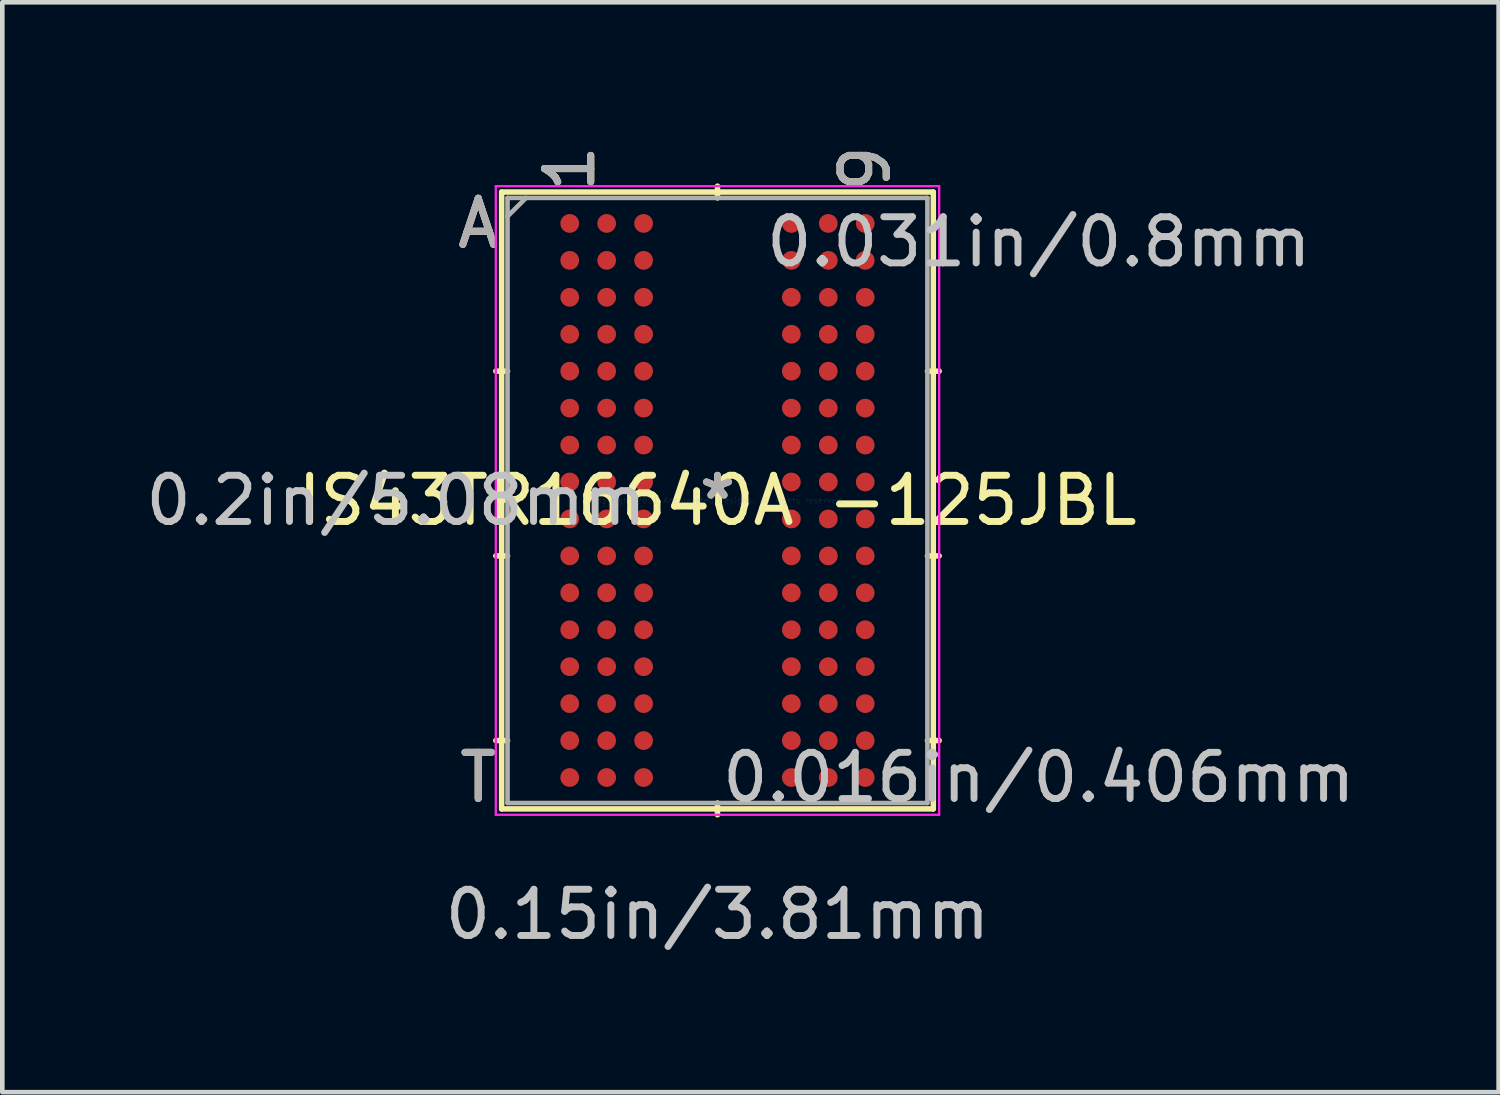
<source format=kicad_pcb>
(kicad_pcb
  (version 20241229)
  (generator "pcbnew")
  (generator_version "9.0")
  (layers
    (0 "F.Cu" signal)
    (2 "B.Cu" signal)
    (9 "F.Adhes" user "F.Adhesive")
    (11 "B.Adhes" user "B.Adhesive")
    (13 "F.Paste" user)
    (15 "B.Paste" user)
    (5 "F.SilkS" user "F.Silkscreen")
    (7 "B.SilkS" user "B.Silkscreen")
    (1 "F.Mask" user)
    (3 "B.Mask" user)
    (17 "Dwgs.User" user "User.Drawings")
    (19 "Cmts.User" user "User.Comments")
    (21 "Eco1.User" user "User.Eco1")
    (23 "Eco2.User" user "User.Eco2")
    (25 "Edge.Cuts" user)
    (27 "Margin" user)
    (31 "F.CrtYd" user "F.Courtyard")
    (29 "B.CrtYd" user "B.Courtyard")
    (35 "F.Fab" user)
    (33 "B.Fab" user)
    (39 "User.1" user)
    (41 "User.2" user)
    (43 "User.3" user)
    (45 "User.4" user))
  (footprint "IS43TR16640A -125JBL"
    (layer "F.Cu")
    (at 12.489 7.789)
    (property "Reference" "IS43TR16640A -125JBL" (at 0 0 0) (layer "F.SilkS") (effects (font (size 1 1) (thickness 0.15))))
    (attr through_hole)
    (fp_line (start -4.674 -6.68) (end -4.674 6.68) (stroke (width 0.12) (type solid)) (layer "F.SilkS"))
    (fp_line (start -4.674 6.68) (end 4.674 6.68) (stroke (width 0.12) (type solid)) (layer "F.SilkS"))
    (fp_line (start -4.547 -2.8) (end -4.801 -2.8) (stroke (width 0.12) (type solid)) (layer "F.SilkS"))
    (fp_line (start -4.547 1.2) (end -4.801 1.2) (stroke (width 0.12) (type solid)) (layer "F.SilkS"))
    (fp_line (start -4.547 5.2) (end -4.801 5.2) (stroke (width 0.12) (type solid)) (layer "F.SilkS"))
    (fp_line (start 0 -6.553) (end 0 -6.807) (stroke (width 0.12) (type solid)) (layer "F.SilkS"))
    (fp_line (start 0 6.553) (end 0 6.807) (stroke (width 0.12) (type solid)) (layer "F.SilkS"))
    (fp_line (start 4.547 -2.8) (end 4.801 -2.8) (stroke (width 0.12) (type solid)) (layer "F.SilkS"))
    (fp_line (start 4.547 1.2) (end 4.801 1.2) (stroke (width 0.12) (type solid)) (layer "F.SilkS"))
    (fp_line (start 4.547 5.2) (end 4.801 5.2) (stroke (width 0.12) (type solid)) (layer "F.SilkS"))
    (fp_line (start 4.674 -6.68) (end -4.674 -6.68) (stroke (width 0.12) (type solid)) (layer "F.SilkS"))
    (fp_line (start 4.674 6.68) (end 4.674 -6.68) (stroke (width 0.12) (type solid)) (layer "F.SilkS"))
    (fp_line (start -4.801 -6.807) (end 4.801 -6.807) (stroke (width 0.05) (type solid)) (layer "F.CrtYd"))
    (fp_line (start -4.801 6.807) (end -4.801 -6.807) (stroke (width 0.05) (type solid)) (layer "F.CrtYd"))
    (fp_line (start 4.801 -6.807) (end 4.801 6.807) (stroke (width 0.05) (type solid)) (layer "F.CrtYd"))
    (fp_line (start 4.801 6.807) (end -4.801 6.807) (stroke (width 0.05) (type solid)) (layer "F.CrtYd"))
    (fp_line (start -4.547 -6.553) (end -4.547 6.553) (stroke (width 0.1) (type solid)) (layer "F.Fab"))
    (fp_line (start -4.547 6.553) (end 4.547 6.553) (stroke (width 0.1) (type solid)) (layer "F.Fab"))
    (fp_line (start -4.147 -6.553) (end -4.547 -6.153) (stroke (width 0.1) (type solid)) (layer "F.Fab"))
    (fp_line (start 4.547 -6.553) (end -4.547 -6.553) (stroke (width 0.1) (type solid)) (layer "F.Fab"))
    (fp_line (start 4.547 6.553) (end 4.547 -6.553) (stroke (width 0.1) (type solid)) (layer "F.Fab"))
    (fp_text user "*" (at 0 0 0) (layer "F.SilkS") (effects (font (size 1 1) (thickness 0.15))))
    (fp_text user "1" (at -3.2 -7.188 90) (layer "F.SilkS") (effects (font (size 1 1) (thickness 0.15))))
    (fp_text user "T" (at -5.182 6 0) (layer "F.SilkS") (effects (font (size 1 1) (thickness 0.15))))
    (fp_text user "9" (at 3.2 -7.188 90) (layer "F.SilkS") (effects (font (size 1 1) (thickness 0.15))))
    (fp_text user "A" (at -5.182 -6 0) (layer "F.SilkS") (effects (font (size 1 1) (thickness 0.15))))
    (fp_text user "9" (at 3.2 -7.188 90) (layer "B.SilkS") (effects (font (size 1 1) (thickness 0.15))))
    (fp_text user "T" (at -5.182 6 0) (layer "B.SilkS") (effects (font (size 1 1) (thickness 0.15))))
    (fp_text user "1" (at -3.2 -7.188 90) (layer "B.SilkS") (effects (font (size 1 1) (thickness 0.15))))
    (fp_text user "A" (at -5.182 -6 0) (layer "B.SilkS") (effects (font (size 1 1) (thickness 0.15))))
    (fp_text user "0.2in/5.08mm" (at -6.96 0 0) (layer "Dwgs.User") (effects (font (size 1 1) (thickness 0.15))))
    (fp_text user "0.15in/3.81mm" (at 0 8.966 0) (layer "Dwgs.User") (effects (font (size 1 1) (thickness 0.15))))
    (fp_text user "0.016in/0.406mm" (at 6.96 6 0) (layer "Dwgs.User") (effects (font (size 1 1) (thickness 0.15))))
    (fp_text user "0.031in/0.8mm" (at 6.96 -5.6 0) (layer "Dwgs.User") (effects (font (size 1 1) (thickness 0.15))))
    (fp_text user "Copyright 2021 Accelerated Designs. All rights reserved." (at 0 0 0) (layer "Cmts.User") (effects (font (size 0.127 0.127) (thickness 0.002))))
    (fp_text user "A" (at -5.182 -6 0) (layer "F.Fab") (effects (font (size 1 1) (thickness 0.15))))
    (fp_text user "*" (at 0 0 0) (layer "F.Fab") (effects (font (size 1 1) (thickness 0.15))))
    (fp_text user "T" (at -5.182 6 0) (layer "F.Fab") (effects (font (size 1 1) (thickness 0.15))))
    (fp_text user "9" (at 3.2 -7.188 90) (layer "F.Fab") (effects (font (size 1 1) (thickness 0.15))))
    (fp_text user "1" (at -3.2 -7.188 90) (layer "F.Fab") (effects (font (size 1 1) (thickness 0.15))))
    (pad "A1" smd circle (at -3.2 -6) (size 0.406 0.406) (layers "F.Cu" "F.Mask" "F.Paste"))
    (pad "A2" smd circle (at -2.4 -6) (size 0.406 0.406) (layers "F.Cu" "F.Mask" "F.Paste"))
    (pad "A3" smd circle (at -1.6 -6) (size 0.406 0.406) (layers "F.Cu" "F.Mask" "F.Paste"))
    (pad "A7" smd circle (at 1.6 -6) (size 0.406 0.406) (layers "F.Cu" "F.Mask" "F.Paste"))
    (pad "A8" smd circle (at 2.4 -6) (size 0.406 0.406) (layers "F.Cu" "F.Mask" "F.Paste"))
    (pad "A9" smd circle (at 3.2 -6) (size 0.406 0.406) (layers "F.Cu" "F.Mask" "F.Paste"))
    (pad "B1" smd circle (at -3.2 -5.2) (size 0.406 0.406) (layers "F.Cu" "F.Mask" "F.Paste"))
    (pad "B2" smd circle (at -2.4 -5.2) (size 0.406 0.406) (layers "F.Cu" "F.Mask" "F.Paste"))
    (pad "B3" smd circle (at -1.6 -5.2) (size 0.406 0.406) (layers "F.Cu" "F.Mask" "F.Paste"))
    (pad "B7" smd circle (at 1.6 -5.2) (size 0.406 0.406) (layers "F.Cu" "F.Mask" "F.Paste"))
    (pad "B8" smd circle (at 2.4 -5.2) (size 0.406 0.406) (layers "F.Cu" "F.Mask" "F.Paste"))
    (pad "B9" smd circle (at 3.2 -5.2) (size 0.406 0.406) (layers "F.Cu" "F.Mask" "F.Paste"))
    (pad "C1" smd circle (at -3.2 -4.4) (size 0.406 0.406) (layers "F.Cu" "F.Mask" "F.Paste"))
    (pad "C2" smd circle (at -2.4 -4.4) (size 0.406 0.406) (layers "F.Cu" "F.Mask" "F.Paste"))
    (pad "C3" smd circle (at -1.6 -4.4) (size 0.406 0.406) (layers "F.Cu" "F.Mask" "F.Paste"))
    (pad "C7" smd circle (at 1.6 -4.4) (size 0.406 0.406) (layers "F.Cu" "F.Mask" "F.Paste"))
    (pad "C8" smd circle (at 2.4 -4.4) (size 0.406 0.406) (layers "F.Cu" "F.Mask" "F.Paste"))
    (pad "C9" smd circle (at 3.2 -4.4) (size 0.406 0.406) (layers "F.Cu" "F.Mask" "F.Paste"))
    (pad "D1" smd circle (at -3.2 -3.6) (size 0.406 0.406) (layers "F.Cu" "F.Mask" "F.Paste"))
    (pad "D2" smd circle (at -2.4 -3.6) (size 0.406 0.406) (layers "F.Cu" "F.Mask" "F.Paste"))
    (pad "D3" smd circle (at -1.6 -3.6) (size 0.406 0.406) (layers "F.Cu" "F.Mask" "F.Paste"))
    (pad "D7" smd circle (at 1.6 -3.6) (size 0.406 0.406) (layers "F.Cu" "F.Mask" "F.Paste"))
    (pad "D8" smd circle (at 2.4 -3.6) (size 0.406 0.406) (layers "F.Cu" "F.Mask" "F.Paste"))
    (pad "D9" smd circle (at 3.2 -3.6) (size 0.406 0.406) (layers "F.Cu" "F.Mask" "F.Paste"))
    (pad "E1" smd circle (at -3.2 -2.8) (size 0.406 0.406) (layers "F.Cu" "F.Mask" "F.Paste"))
    (pad "E2" smd circle (at -2.4 -2.8) (size 0.406 0.406) (layers "F.Cu" "F.Mask" "F.Paste"))
    (pad "E3" smd circle (at -1.6 -2.8) (size 0.406 0.406) (layers "F.Cu" "F.Mask" "F.Paste"))
    (pad "E7" smd circle (at 1.6 -2.8) (size 0.406 0.406) (layers "F.Cu" "F.Mask" "F.Paste"))
    (pad "E8" smd circle (at 2.4 -2.8) (size 0.406 0.406) (layers "F.Cu" "F.Mask" "F.Paste"))
    (pad "E9" smd circle (at 3.2 -2.8) (size 0.406 0.406) (layers "F.Cu" "F.Mask" "F.Paste"))
    (pad "F1" smd circle (at -3.2 -2) (size 0.406 0.406) (layers "F.Cu" "F.Mask" "F.Paste"))
    (pad "F2" smd circle (at -2.4 -2) (size 0.406 0.406) (layers "F.Cu" "F.Mask" "F.Paste"))
    (pad "F3" smd circle (at -1.6 -2) (size 0.406 0.406) (layers "F.Cu" "F.Mask" "F.Paste"))
    (pad "F7" smd circle (at 1.6 -2) (size 0.406 0.406) (layers "F.Cu" "F.Mask" "F.Paste"))
    (pad "F8" smd circle (at 2.4 -2) (size 0.406 0.406) (layers "F.Cu" "F.Mask" "F.Paste"))
    (pad "F9" smd circle (at 3.2 -2) (size 0.406 0.406) (layers "F.Cu" "F.Mask" "F.Paste"))
    (pad "G1" smd circle (at -3.2 -1.2) (size 0.406 0.406) (layers "F.Cu" "F.Mask" "F.Paste"))
    (pad "G2" smd circle (at -2.4 -1.2) (size 0.406 0.406) (layers "F.Cu" "F.Mask" "F.Paste"))
    (pad "G3" smd circle (at -1.6 -1.2) (size 0.406 0.406) (layers "F.Cu" "F.Mask" "F.Paste"))
    (pad "G7" smd circle (at 1.6 -1.2) (size 0.406 0.406) (layers "F.Cu" "F.Mask" "F.Paste"))
    (pad "G8" smd circle (at 2.4 -1.2) (size 0.406 0.406) (layers "F.Cu" "F.Mask" "F.Paste"))
    (pad "G9" smd circle (at 3.2 -1.2) (size 0.406 0.406) (layers "F.Cu" "F.Mask" "F.Paste"))
    (pad "H1" smd circle (at -3.2 -0.4) (size 0.406 0.406) (layers "F.Cu" "F.Mask" "F.Paste"))
    (pad "H2" smd circle (at -2.4 -0.4) (size 0.406 0.406) (layers "F.Cu" "F.Mask" "F.Paste"))
    (pad "H3" smd circle (at -1.6 -0.4) (size 0.406 0.406) (layers "F.Cu" "F.Mask" "F.Paste"))
    (pad "H7" smd circle (at 1.6 -0.4) (size 0.406 0.406) (layers "F.Cu" "F.Mask" "F.Paste"))
    (pad "H8" smd circle (at 2.4 -0.4) (size 0.406 0.406) (layers "F.Cu" "F.Mask" "F.Paste"))
    (pad "H9" smd circle (at 3.2 -0.4) (size 0.406 0.406) (layers "F.Cu" "F.Mask" "F.Paste"))
    (pad "J1" smd circle (at -3.2 0.4) (size 0.406 0.406) (layers "F.Cu" "F.Mask" "F.Paste"))
    (pad "J2" smd circle (at -2.4 0.4) (size 0.406 0.406) (layers "F.Cu" "F.Mask" "F.Paste"))
    (pad "J3" smd circle (at -1.6 0.4) (size 0.406 0.406) (layers "F.Cu" "F.Mask" "F.Paste"))
    (pad "J7" smd circle (at 1.6 0.4) (size 0.406 0.406) (layers "F.Cu" "F.Mask" "F.Paste"))
    (pad "J8" smd circle (at 2.4 0.4) (size 0.406 0.406) (layers "F.Cu" "F.Mask" "F.Paste"))
    (pad "J9" smd circle (at 3.2 0.4) (size 0.406 0.406) (layers "F.Cu" "F.Mask" "F.Paste"))
    (pad "K1" smd circle (at -3.2 1.2) (size 0.406 0.406) (layers "F.Cu" "F.Mask" "F.Paste"))
    (pad "K2" smd circle (at -2.4 1.2) (size 0.406 0.406) (layers "F.Cu" "F.Mask" "F.Paste"))
    (pad "K3" smd circle (at -1.6 1.2) (size 0.406 0.406) (layers "F.Cu" "F.Mask" "F.Paste"))
    (pad "K7" smd circle (at 1.6 1.2) (size 0.406 0.406) (layers "F.Cu" "F.Mask" "F.Paste"))
    (pad "K8" smd circle (at 2.4 1.2) (size 0.406 0.406) (layers "F.Cu" "F.Mask" "F.Paste"))
    (pad "K9" smd circle (at 3.2 1.2) (size 0.406 0.406) (layers "F.Cu" "F.Mask" "F.Paste"))
    (pad "L1" smd circle (at -3.2 2) (size 0.406 0.406) (layers "F.Cu" "F.Mask" "F.Paste"))
    (pad "L2" smd circle (at -2.4 2) (size 0.406 0.406) (layers "F.Cu" "F.Mask" "F.Paste"))
    (pad "L3" smd circle (at -1.6 2) (size 0.406 0.406) (layers "F.Cu" "F.Mask" "F.Paste"))
    (pad "L7" smd circle (at 1.6 2) (size 0.406 0.406) (layers "F.Cu" "F.Mask" "F.Paste"))
    (pad "L8" smd circle (at 2.4 2) (size 0.406 0.406) (layers "F.Cu" "F.Mask" "F.Paste"))
    (pad "L9" smd circle (at 3.2 2) (size 0.406 0.406) (layers "F.Cu" "F.Mask" "F.Paste"))
    (pad "M1" smd circle (at -3.2 2.8) (size 0.406 0.406) (layers "F.Cu" "F.Mask" "F.Paste"))
    (pad "M2" smd circle (at -2.4 2.8) (size 0.406 0.406) (layers "F.Cu" "F.Mask" "F.Paste"))
    (pad "M3" smd circle (at -1.6 2.8) (size 0.406 0.406) (layers "F.Cu" "F.Mask" "F.Paste"))
    (pad "M7" smd circle (at 1.6 2.8) (size 0.406 0.406) (layers "F.Cu" "F.Mask" "F.Paste"))
    (pad "M8" smd circle (at 2.4 2.8) (size 0.406 0.406) (layers "F.Cu" "F.Mask" "F.Paste"))
    (pad "M9" smd circle (at 3.2 2.8) (size 0.406 0.406) (layers "F.Cu" "F.Mask" "F.Paste"))
    (pad "N1" smd circle (at -3.2 3.6) (size 0.406 0.406) (layers "F.Cu" "F.Mask" "F.Paste"))
    (pad "N2" smd circle (at -2.4 3.6) (size 0.406 0.406) (layers "F.Cu" "F.Mask" "F.Paste"))
    (pad "N3" smd circle (at -1.6 3.6) (size 0.406 0.406) (layers "F.Cu" "F.Mask" "F.Paste"))
    (pad "N7" smd circle (at 1.6 3.6) (size 0.406 0.406) (layers "F.Cu" "F.Mask" "F.Paste"))
    (pad "N8" smd circle (at 2.4 3.6) (size 0.406 0.406) (layers "F.Cu" "F.Mask" "F.Paste"))
    (pad "N9" smd circle (at 3.2 3.6) (size 0.406 0.406) (layers "F.Cu" "F.Mask" "F.Paste"))
    (pad "P1" smd circle (at -3.2 4.4) (size 0.406 0.406) (layers "F.Cu" "F.Mask" "F.Paste"))
    (pad "P2" smd circle (at -2.4 4.4) (size 0.406 0.406) (layers "F.Cu" "F.Mask" "F.Paste"))
    (pad "P3" smd circle (at -1.6 4.4) (size 0.406 0.406) (layers "F.Cu" "F.Mask" "F.Paste"))
    (pad "P7" smd circle (at 1.6 4.4) (size 0.406 0.406) (layers "F.Cu" "F.Mask" "F.Paste"))
    (pad "P8" smd circle (at 2.4 4.4) (size 0.406 0.406) (layers "F.Cu" "F.Mask" "F.Paste"))
    (pad "P9" smd circle (at 3.2 4.4) (size 0.406 0.406) (layers "F.Cu" "F.Mask" "F.Paste"))
    (pad "R1" smd circle (at -3.2 5.2) (size 0.406 0.406) (layers "F.Cu" "F.Mask" "F.Paste"))
    (pad "R2" smd circle (at -2.4 5.2) (size 0.406 0.406) (layers "F.Cu" "F.Mask" "F.Paste"))
    (pad "R3" smd circle (at -1.6 5.2) (size 0.406 0.406) (layers "F.Cu" "F.Mask" "F.Paste"))
    (pad "R7" smd circle (at 1.6 5.2) (size 0.406 0.406) (layers "F.Cu" "F.Mask" "F.Paste"))
    (pad "R8" smd circle (at 2.4 5.2) (size 0.406 0.406) (layers "F.Cu" "F.Mask" "F.Paste"))
    (pad "R9" smd circle (at 3.2 5.2) (size 0.406 0.406) (layers "F.Cu" "F.Mask" "F.Paste"))
    (pad "T1" smd circle (at -3.2 6) (size 0.406 0.406) (layers "F.Cu" "F.Mask" "F.Paste"))
    (pad "T2" smd circle (at -2.4 6) (size 0.406 0.406) (layers "F.Cu" "F.Mask" "F.Paste"))
    (pad "T3" smd circle (at -1.6 6) (size 0.406 0.406) (layers "F.Cu" "F.Mask" "F.Paste"))
    (pad "T7" smd circle (at 1.6 6) (size 0.406 0.406) (layers "F.Cu" "F.Mask" "F.Paste"))
    (pad "T8" smd circle (at 2.4 6) (size 0.406 0.406) (layers "F.Cu" "F.Mask" "F.Paste"))
    (pad "T9" smd circle (at 3.2 6) (size 0.406 0.406) (layers "F.Cu" "F.Mask" "F.Paste")))
  (gr_rect
    (start -3 -3)
    (end 29.407 20.604)
    (stroke (width 0.1) (type default))
    (fill no)
    (layer "Edge.Cuts")))
</source>
